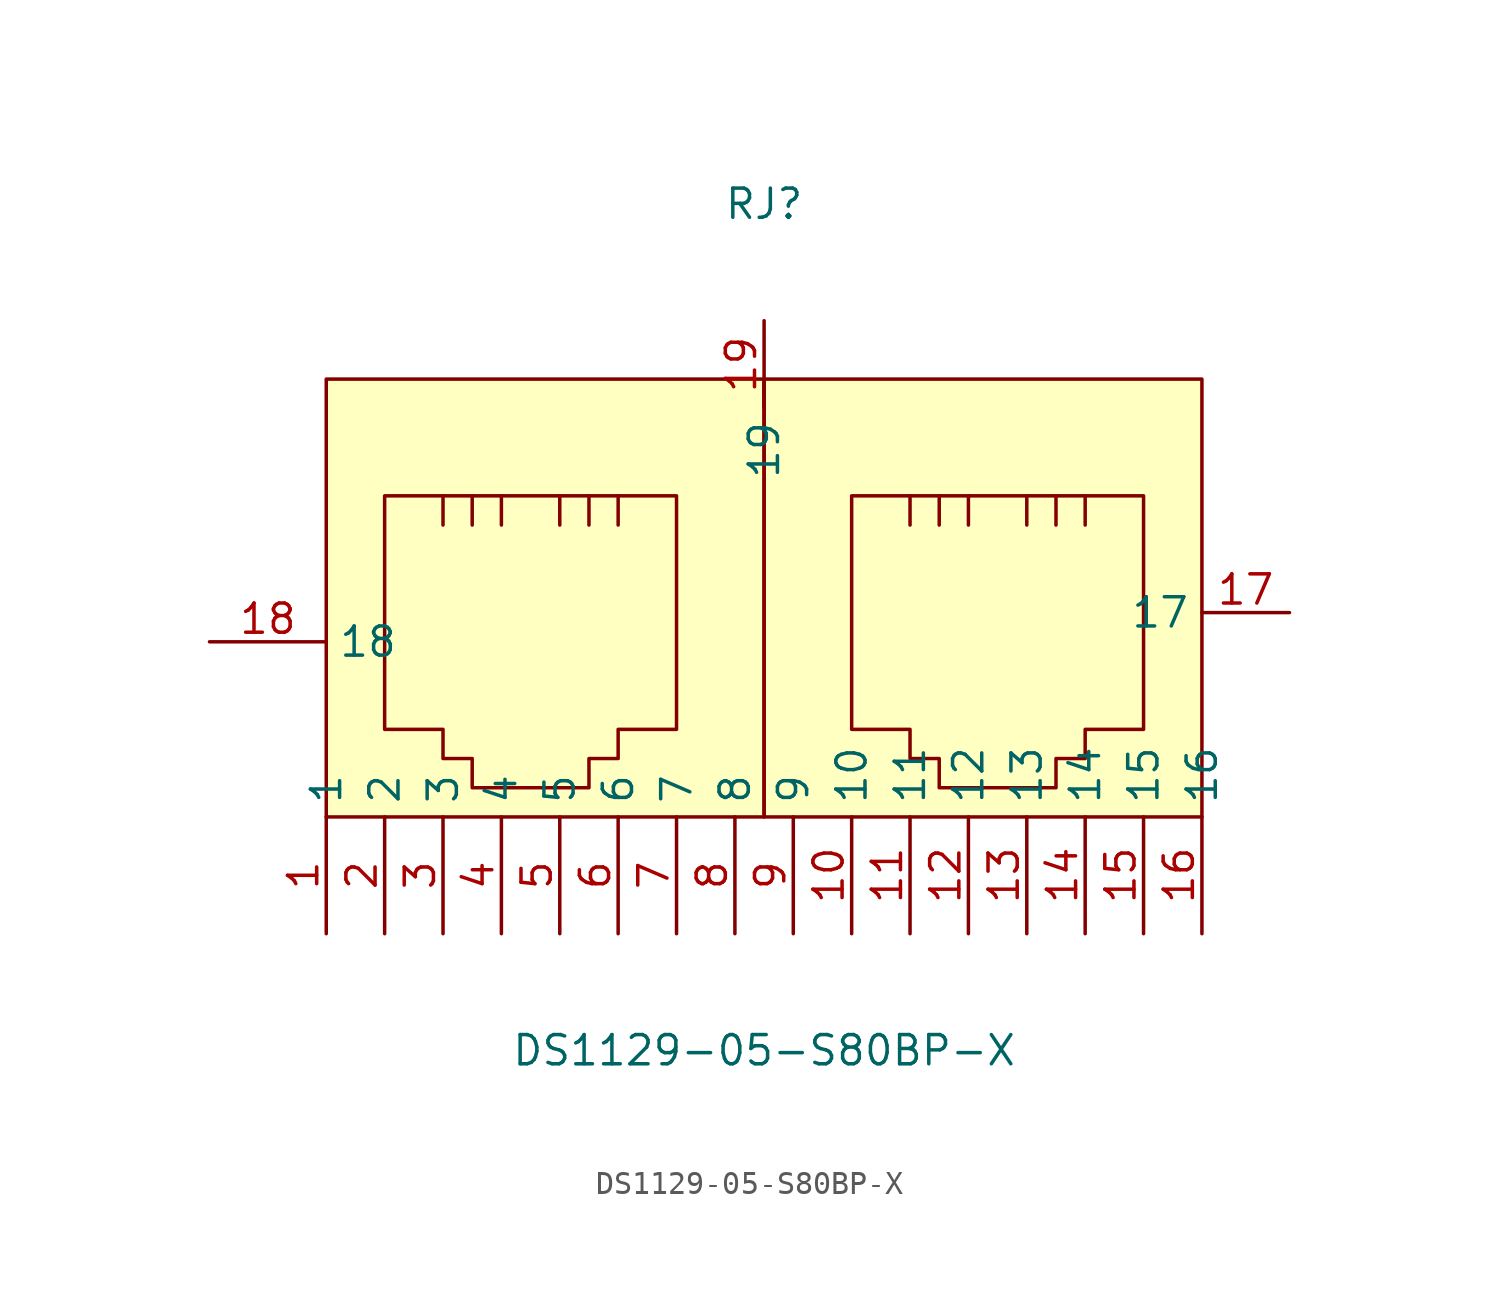
<source format=kicad_sym>
(kicad_symbol_lib
  (version 20211014)
  (generator https://github.com/uPesy/easyeda2kicad.py)
  (symbol "DS1129-05-S80BP-X"
    (property "Reference" "RJ"
      (at 0 17.78 0)
      (effects (font (size 1.27 1.27))))
    (property "Value" "DS1129-05-S80BP-X"
      (at 0 -19.05 0)
      (effects (font (size 1.27 1.27))))
    (symbol "DS1129-05-S80BP-X_0_1"
      (rectangle (start 0.00 10.16) (end 19.05 -8.89) (stroke (width 0) (type default) (color 0 0 0 0)) (fill (type background)))
      (rectangle (start -19.05 10.16) (end 0.00 -8.89) (stroke (width 0) (type default) (color 0 0 0 0)) (fill (type background)))
      (polyline (pts (xy 6.35 5.08) (xy 6.35 3.81) (xy 6.35 3.81)) (stroke (width 0) (type default) (color 0 0 0 0)) (fill (type none)))
      (polyline (pts (xy 7.62 5.08) (xy 7.62 3.81) (xy 7.62 3.81)) (stroke (width 0) (type default) (color 0 0 0 0)) (fill (type none)))
      (polyline (pts (xy 16.51 5.08) (xy 3.81 5.08) (xy 3.81 -5.08) (xy 6.35 -5.08) (xy 6.35 -6.35) (xy 7.62 -6.35) (xy 7.62 -6.35) (xy 7.62 -7.62) (xy 12.70 -7.62) (xy 12.70 -6.35) (xy 13.97 -6.35) (xy 13.97 -5.08) (xy 16.51 -5.08) (xy 16.51 5.08) (xy 16.51 3.81)) (stroke (width 0) (type default) (color 0 0 0 0)) (fill (type none)))
      (polyline (pts (xy 8.89 5.08) (xy 8.89 3.81) (xy 8.89 3.81)) (stroke (width 0) (type default) (color 0 0 0 0)) (fill (type none)))
      (polyline (pts (xy 11.43 5.08) (xy 11.43 3.81) (xy 11.43 3.81)) (stroke (width 0) (type default) (color 0 0 0 0)) (fill (type none)))
      (polyline (pts (xy 12.70 5.08) (xy 12.70 3.81) (xy 12.70 3.81)) (stroke (width 0) (type default) (color 0 0 0 0)) (fill (type none)))
      (polyline (pts (xy 13.97 5.08) (xy 13.97 3.81) (xy 13.97 3.81)) (stroke (width 0) (type default) (color 0 0 0 0)) (fill (type none)))
      (polyline (pts (xy -6.35 5.08) (xy -6.35 3.81) (xy -6.35 3.81)) (stroke (width 0) (type default) (color 0 0 0 0)) (fill (type none)))
      (polyline (pts (xy -7.62 5.08) (xy -7.62 3.81) (xy -7.62 3.81)) (stroke (width 0) (type default) (color 0 0 0 0)) (fill (type none)))
      (polyline (pts (xy -8.89 5.08) (xy -8.89 3.81) (xy -8.89 3.81)) (stroke (width 0) (type default) (color 0 0 0 0)) (fill (type none)))
      (polyline (pts (xy -11.43 5.08) (xy -11.43 3.81) (xy -11.43 3.81)) (stroke (width 0) (type default) (color 0 0 0 0)) (fill (type none)))
      (polyline (pts (xy -3.81 5.08) (xy -16.51 5.08) (xy -16.51 -5.08) (xy -13.97 -5.08) (xy -13.97 -6.35) (xy -12.70 -6.35) (xy -12.70 -6.35) (xy -12.70 -7.62) (xy -7.62 -7.62) (xy -7.62 -6.35) (xy -6.35 -6.35) (xy -6.35 -5.08) (xy -3.81 -5.08) (xy -3.81 5.08) (xy -3.81 3.81)) (stroke (width 0) (type default) (color 0 0 0 0)) (fill (type none)))
      (polyline (pts (xy -12.70 5.08) (xy -12.70 3.81) (xy -12.70 3.81)) (stroke (width 0) (type default) (color 0 0 0 0)) (fill (type none)))
      (polyline (pts (xy -13.97 5.08) (xy -13.97 3.81) (xy -13.97 3.81)) (stroke (width 0) (type default) (color 0 0 0 0)) (fill (type none)))
      (pin unspecified line (at 0.00 12.70 270) (length 3.81) (name "19" (effects (font (size 1.27 1.27)))) (number "19" (effects (font (size 1.27 1.27)))))
      (pin unspecified line (at -24.13 -1.27 0) (length 5.08) (name "18" (effects (font (size 1.27 1.27)))) (number "18" (effects (font (size 1.27 1.27)))))
      (pin unspecified line (at 22.86 -0.00 180) (length 3.81) (name "17" (effects (font (size 1.27 1.27)))) (number "17" (effects (font (size 1.27 1.27)))))
      (pin unspecified line (at 19.05 -13.97 90) (length 5.08) (name "16" (effects (font (size 1.27 1.27)))) (number "16" (effects (font (size 1.27 1.27)))))
      (pin unspecified line (at 16.51 -13.97 90) (length 5.08) (name "15" (effects (font (size 1.27 1.27)))) (number "15" (effects (font (size 1.27 1.27)))))
      (pin unspecified line (at 13.97 -13.97 90) (length 5.08) (name "14" (effects (font (size 1.27 1.27)))) (number "14" (effects (font (size 1.27 1.27)))))
      (pin unspecified line (at 11.43 -13.97 90) (length 5.08) (name "13" (effects (font (size 1.27 1.27)))) (number "13" (effects (font (size 1.27 1.27)))))
      (pin unspecified line (at 8.89 -13.97 90) (length 5.08) (name "12" (effects (font (size 1.27 1.27)))) (number "12" (effects (font (size 1.27 1.27)))))
      (pin unspecified line (at 6.35 -13.97 90) (length 5.08) (name "11" (effects (font (size 1.27 1.27)))) (number "11" (effects (font (size 1.27 1.27)))))
      (pin unspecified line (at 3.81 -13.97 90) (length 5.08) (name "10" (effects (font (size 1.27 1.27)))) (number "10" (effects (font (size 1.27 1.27)))))
      (pin unspecified line (at 1.27 -13.97 90) (length 5.08) (name "9" (effects (font (size 1.27 1.27)))) (number "9" (effects (font (size 1.27 1.27)))))
      (pin unspecified line (at -1.27 -13.97 90) (length 5.08) (name "8" (effects (font (size 1.27 1.27)))) (number "8" (effects (font (size 1.27 1.27)))))
      (pin unspecified line (at -3.81 -13.97 90) (length 5.08) (name "7" (effects (font (size 1.27 1.27)))) (number "7" (effects (font (size 1.27 1.27)))))
      (pin unspecified line (at -19.05 -13.97 90) (length 5.08) (name "1" (effects (font (size 1.27 1.27)))) (number "1" (effects (font (size 1.27 1.27)))))
      (pin unspecified line (at -16.51 -13.97 90) (length 5.08) (name "2" (effects (font (size 1.27 1.27)))) (number "2" (effects (font (size 1.27 1.27)))))
      (pin unspecified line (at -13.97 -13.97 90) (length 5.08) (name "3" (effects (font (size 1.27 1.27)))) (number "3" (effects (font (size 1.27 1.27)))))
      (pin unspecified line (at -11.43 -13.97 90) (length 5.08) (name "4" (effects (font (size 1.27 1.27)))) (number "4" (effects (font (size 1.27 1.27)))))
      (pin unspecified line (at -8.89 -13.97 90) (length 5.08) (name "5" (effects (font (size 1.27 1.27)))) (number "5" (effects (font (size 1.27 1.27)))))
      (pin unspecified line (at -6.35 -13.97 90) (length 5.08) (name "6" (effects (font (size 1.27 1.27)))) (number "6" (effects (font (size 1.27 1.27))))))))
</source>
